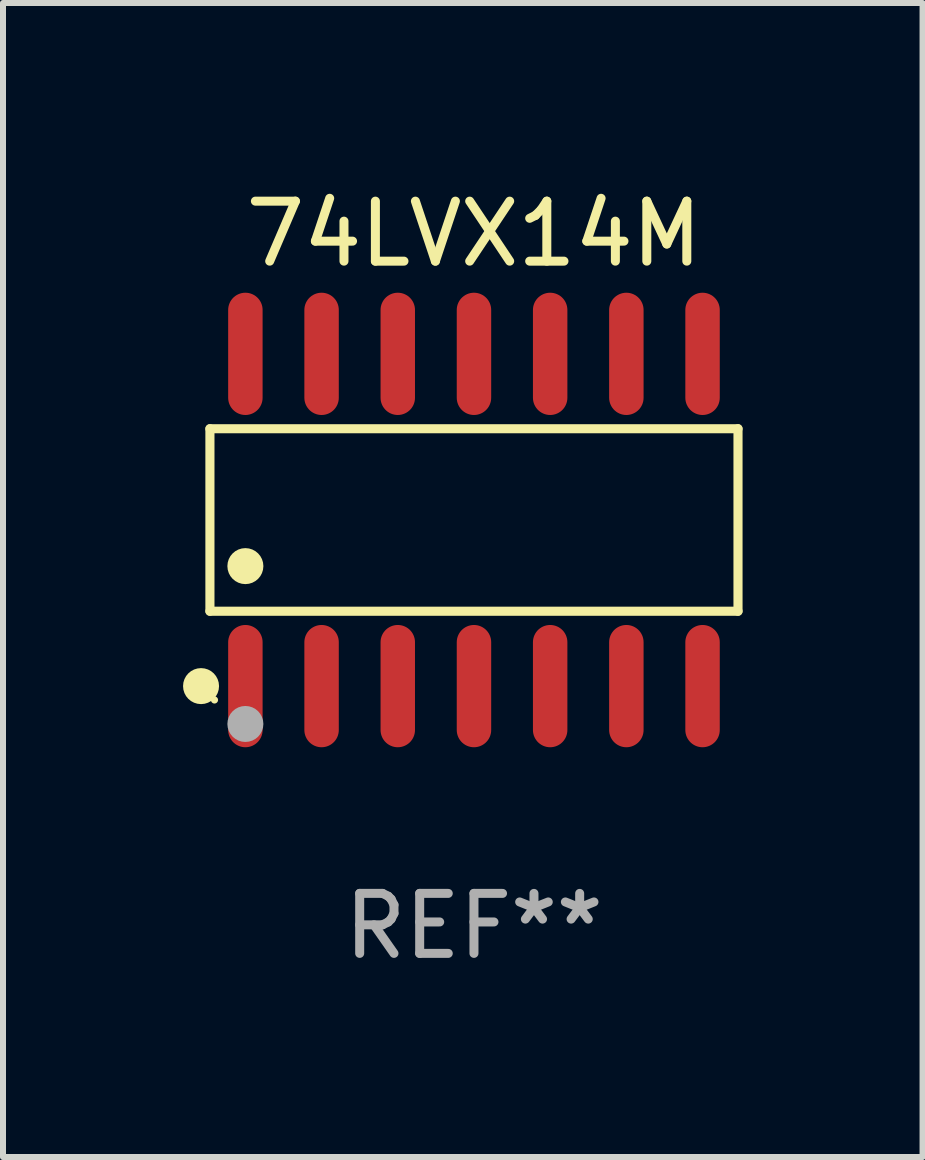
<source format=kicad_pcb>
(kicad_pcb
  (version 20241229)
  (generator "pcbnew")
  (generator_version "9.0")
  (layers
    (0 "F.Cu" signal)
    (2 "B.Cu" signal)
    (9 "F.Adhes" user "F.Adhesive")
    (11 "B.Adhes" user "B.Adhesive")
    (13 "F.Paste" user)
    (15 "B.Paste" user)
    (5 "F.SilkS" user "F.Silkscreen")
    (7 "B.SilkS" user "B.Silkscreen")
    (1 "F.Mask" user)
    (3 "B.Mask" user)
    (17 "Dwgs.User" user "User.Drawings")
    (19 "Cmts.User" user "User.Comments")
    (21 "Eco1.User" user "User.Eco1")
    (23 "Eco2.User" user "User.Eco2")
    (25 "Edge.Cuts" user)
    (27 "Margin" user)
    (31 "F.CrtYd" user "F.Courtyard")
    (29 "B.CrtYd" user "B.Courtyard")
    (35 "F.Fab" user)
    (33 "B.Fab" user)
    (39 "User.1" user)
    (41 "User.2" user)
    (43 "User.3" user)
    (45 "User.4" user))
  (footprint "74LVX14M"
    (layer "F.Cu")
    (at 4.85 5.617)
    (property "Reference" "74LVX14M" (at 0 -4.769 0) (layer "F.SilkS") (effects (font (size 1 1) (thickness 0.15))))
    (attr through_hole)
    (fp_line (start -4.401 -1.521) (end 4.401 -1.521) (stroke (width 0.152) (type solid)) (layer "F.SilkS"))
    (fp_line (start -4.401 1.521) (end -4.401 -1.521) (stroke (width 0.152) (type solid)) (layer "F.SilkS"))
    (fp_line (start 4.401 -1.521) (end 4.401 1.521) (stroke (width 0.152) (type solid)) (layer "F.SilkS"))
    (fp_line (start 4.401 1.521) (end -4.401 1.521) (stroke (width 0.152) (type solid)) (layer "F.SilkS"))
    (fp_circle (center -4.549 2.769) (end -4.399 2.769) (stroke (width 0.3) (type solid)) (fill no) (layer "F.SilkS"))
    (fp_circle (center -4.325 3) (end -4.295 3) (stroke (width 0.06) (type solid)) (fill no) (layer "F.SilkS"))
    (fp_circle (center -3.81 0.769) (end -3.66 0.769) (stroke (width 0.3) (type solid)) (fill no) (layer "F.SilkS"))
    (fp_circle (center -3.81 3.4) (end -3.66 3.4) (stroke (width 0.3) (type solid)) (fill no) (layer "F.Fab"))
    (fp_text user "REF**" (at 0 6.769 0) (layer "F.Fab") (effects (font (size 1 1) (thickness 0.15))))
    (pad "1" smd oval (at -3.81 2.769) (size 0.574 2.038) (layers "F.Cu" "F.Mask" "F.Paste"))
    (pad "2" smd oval (at -2.54 2.769) (size 0.574 2.038) (layers "F.Cu" "F.Mask" "F.Paste"))
    (pad "3" smd oval (at -1.27 2.769) (size 0.574 2.038) (layers "F.Cu" "F.Mask" "F.Paste"))
    (pad "4" smd oval (at 0 2.769) (size 0.574 2.038) (layers "F.Cu" "F.Mask" "F.Paste"))
    (pad "5" smd oval (at 1.27 2.769) (size 0.574 2.038) (layers "F.Cu" "F.Mask" "F.Paste"))
    (pad "6" smd oval (at 2.54 2.769) (size 0.574 2.038) (layers "F.Cu" "F.Mask" "F.Paste"))
    (pad "7" smd oval (at 3.81 2.769) (size 0.574 2.038) (layers "F.Cu" "F.Mask" "F.Paste"))
    (pad "8" smd oval (at 3.81 -2.769) (size 0.574 2.038) (layers "F.Cu" "F.Mask" "F.Paste"))
    (pad "9" smd oval (at 2.54 -2.769) (size 0.574 2.038) (layers "F.Cu" "F.Mask" "F.Paste"))
    (pad "10" smd oval (at 1.27 -2.769) (size 0.574 2.038) (layers "F.Cu" "F.Mask" "F.Paste"))
    (pad "11" smd oval (at 0 -2.769) (size 0.574 2.038) (layers "F.Cu" "F.Mask" "F.Paste"))
    (pad "12" smd oval (at -1.27 -2.769) (size 0.574 2.038) (layers "F.Cu" "F.Mask" "F.Paste"))
    (pad "13" smd oval (at -2.54 -2.769) (size 0.574 2.038) (layers "F.Cu" "F.Mask" "F.Paste"))
    (pad "14" smd oval (at -3.81 -2.769) (size 0.574 2.038) (layers "F.Cu" "F.Mask" "F.Paste")))
  (gr_rect
    (start -3 -3)
    (end 12.327 16.235)
    (stroke (width 0.1) (type default))
    (fill no)
    (layer "Edge.Cuts")))
</source>
